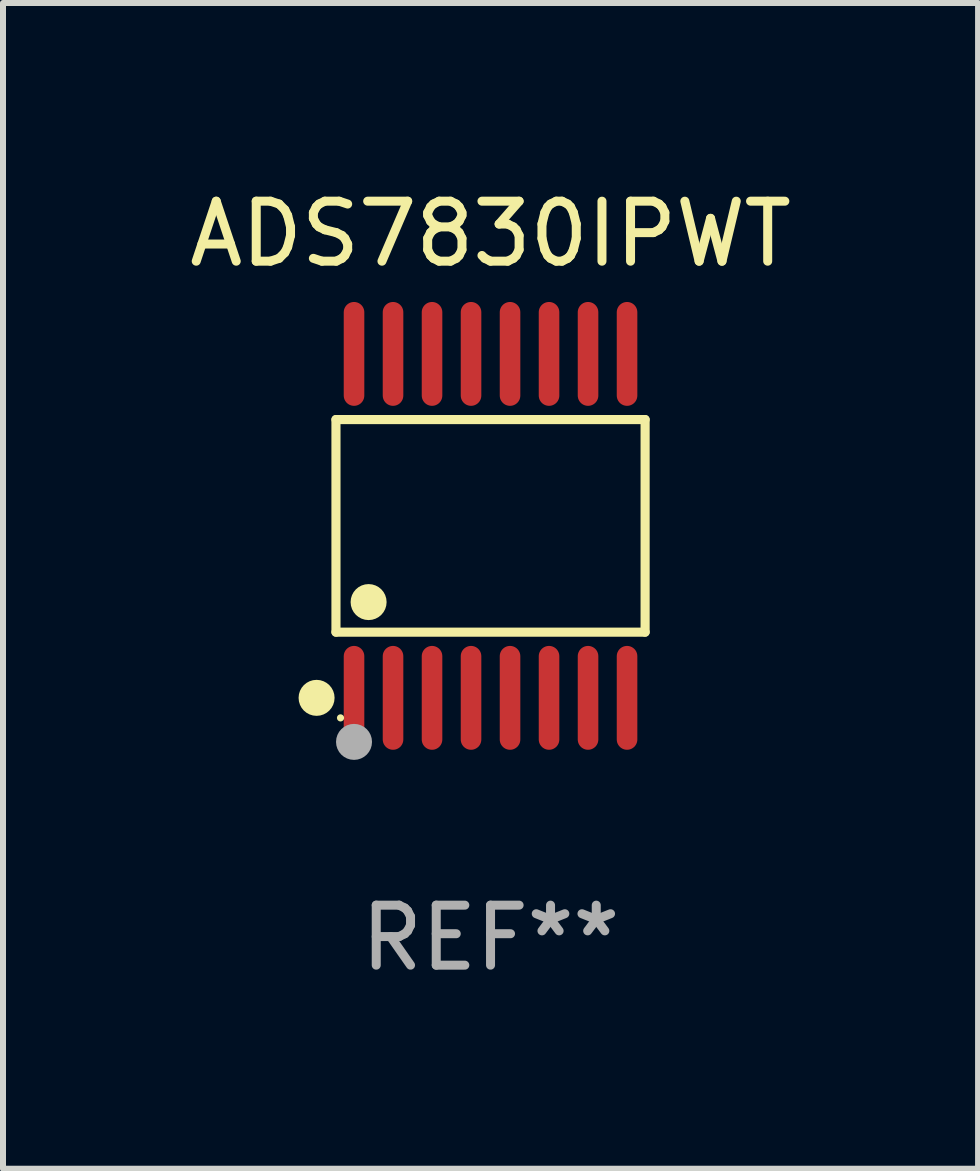
<source format=kicad_pcb>
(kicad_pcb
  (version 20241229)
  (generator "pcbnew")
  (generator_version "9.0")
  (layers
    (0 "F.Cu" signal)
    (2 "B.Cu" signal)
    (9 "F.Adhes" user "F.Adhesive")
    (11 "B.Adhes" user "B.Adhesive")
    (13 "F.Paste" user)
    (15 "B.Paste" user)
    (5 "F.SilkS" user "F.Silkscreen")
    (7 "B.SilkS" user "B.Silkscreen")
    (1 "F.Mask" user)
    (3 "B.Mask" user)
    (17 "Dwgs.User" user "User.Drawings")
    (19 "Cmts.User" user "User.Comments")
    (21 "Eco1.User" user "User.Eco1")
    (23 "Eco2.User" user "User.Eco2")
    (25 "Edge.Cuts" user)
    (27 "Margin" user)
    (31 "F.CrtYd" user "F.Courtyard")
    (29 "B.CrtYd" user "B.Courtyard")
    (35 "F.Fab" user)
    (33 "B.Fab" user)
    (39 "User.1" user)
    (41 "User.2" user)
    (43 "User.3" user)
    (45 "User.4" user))
  (footprint "ADS7830IPWT"
    (layer "F.Cu")
    (at 5.125 5.714)
    (property "Reference" "ADS7830IPWT" (at 0 -4.866 0) (layer "F.SilkS") (effects (font (size 1 1) (thickness 0.15))))
    (attr through_hole)
    (fp_line (start -2.576 -1.772) (end 2.576 -1.772) (stroke (width 0.152) (type solid)) (layer "F.SilkS"))
    (fp_line (start -2.576 1.771) (end -2.576 -1.772) (stroke (width 0.152) (type solid)) (layer "F.SilkS"))
    (fp_line (start 2.576 -1.772) (end 2.576 1.771) (stroke (width 0.152) (type solid)) (layer "F.SilkS"))
    (fp_line (start 2.576 1.771) (end -2.576 1.771) (stroke (width 0.152) (type solid)) (layer "F.SilkS"))
    (fp_circle (center -2.899 2.866) (end -2.749 2.866) (stroke (width 0.3) (type solid)) (fill no) (layer "F.SilkS"))
    (fp_circle (center -2.5 3.2) (end -2.47 3.2) (stroke (width 0.06) (type solid)) (fill no) (layer "F.SilkS"))
    (fp_circle (center -2.032 1.27) (end -1.882 1.27) (stroke (width 0.3) (type solid)) (fill no) (layer "F.SilkS"))
    (fp_circle (center -2.275 3.6) (end -2.125 3.6) (stroke (width 0.3) (type solid)) (fill no) (layer "F.Fab"))
    (fp_text user "REF**" (at 0 6.866 0) (layer "F.Fab") (effects (font (size 1 1) (thickness 0.15))))
    (pad "1" smd oval (at -2.275 2.866) (size 0.343 1.731) (layers "F.Cu" "F.Mask" "F.Paste"))
    (pad "2" smd oval (at -1.625 2.866) (size 0.343 1.731) (layers "F.Cu" "F.Mask" "F.Paste"))
    (pad "3" smd oval (at -0.975 2.866) (size 0.343 1.731) (layers "F.Cu" "F.Mask" "F.Paste"))
    (pad "4" smd oval (at -0.325 2.866) (size 0.343 1.731) (layers "F.Cu" "F.Mask" "F.Paste"))
    (pad "5" smd oval (at 0.325 2.866) (size 0.343 1.731) (layers "F.Cu" "F.Mask" "F.Paste"))
    (pad "6" smd oval (at 0.975 2.866) (size 0.343 1.731) (layers "F.Cu" "F.Mask" "F.Paste"))
    (pad "7" smd oval (at 1.625 2.866) (size 0.343 1.731) (layers "F.Cu" "F.Mask" "F.Paste"))
    (pad "8" smd oval (at 2.275 2.866) (size 0.343 1.731) (layers "F.Cu" "F.Mask" "F.Paste"))
    (pad "9" smd oval (at 2.275 -2.866) (size 0.343 1.731) (layers "F.Cu" "F.Mask" "F.Paste"))
    (pad "10" smd oval (at 1.625 -2.866) (size 0.343 1.731) (layers "F.Cu" "F.Mask" "F.Paste"))
    (pad "11" smd oval (at 0.975 -2.866) (size 0.343 1.731) (layers "F.Cu" "F.Mask" "F.Paste"))
    (pad "12" smd oval (at 0.325 -2.866) (size 0.343 1.731) (layers "F.Cu" "F.Mask" "F.Paste"))
    (pad "13" smd oval (at -0.325 -2.866) (size 0.343 1.731) (layers "F.Cu" "F.Mask" "F.Paste"))
    (pad "14" smd oval (at -0.975 -2.866) (size 0.343 1.731) (layers "F.Cu" "F.Mask" "F.Paste"))
    (pad "15" smd oval (at -1.625 -2.866) (size 0.343 1.731) (layers "F.Cu" "F.Mask" "F.Paste"))
    (pad "16" smd oval (at -2.275 -2.866) (size 0.343 1.731) (layers "F.Cu" "F.Mask" "F.Paste")))
  (gr_rect
    (start -3 -3)
    (end 13.25 16.428)
    (stroke (width 0.1) (type default))
    (fill no)
    (layer "Edge.Cuts")))
</source>
